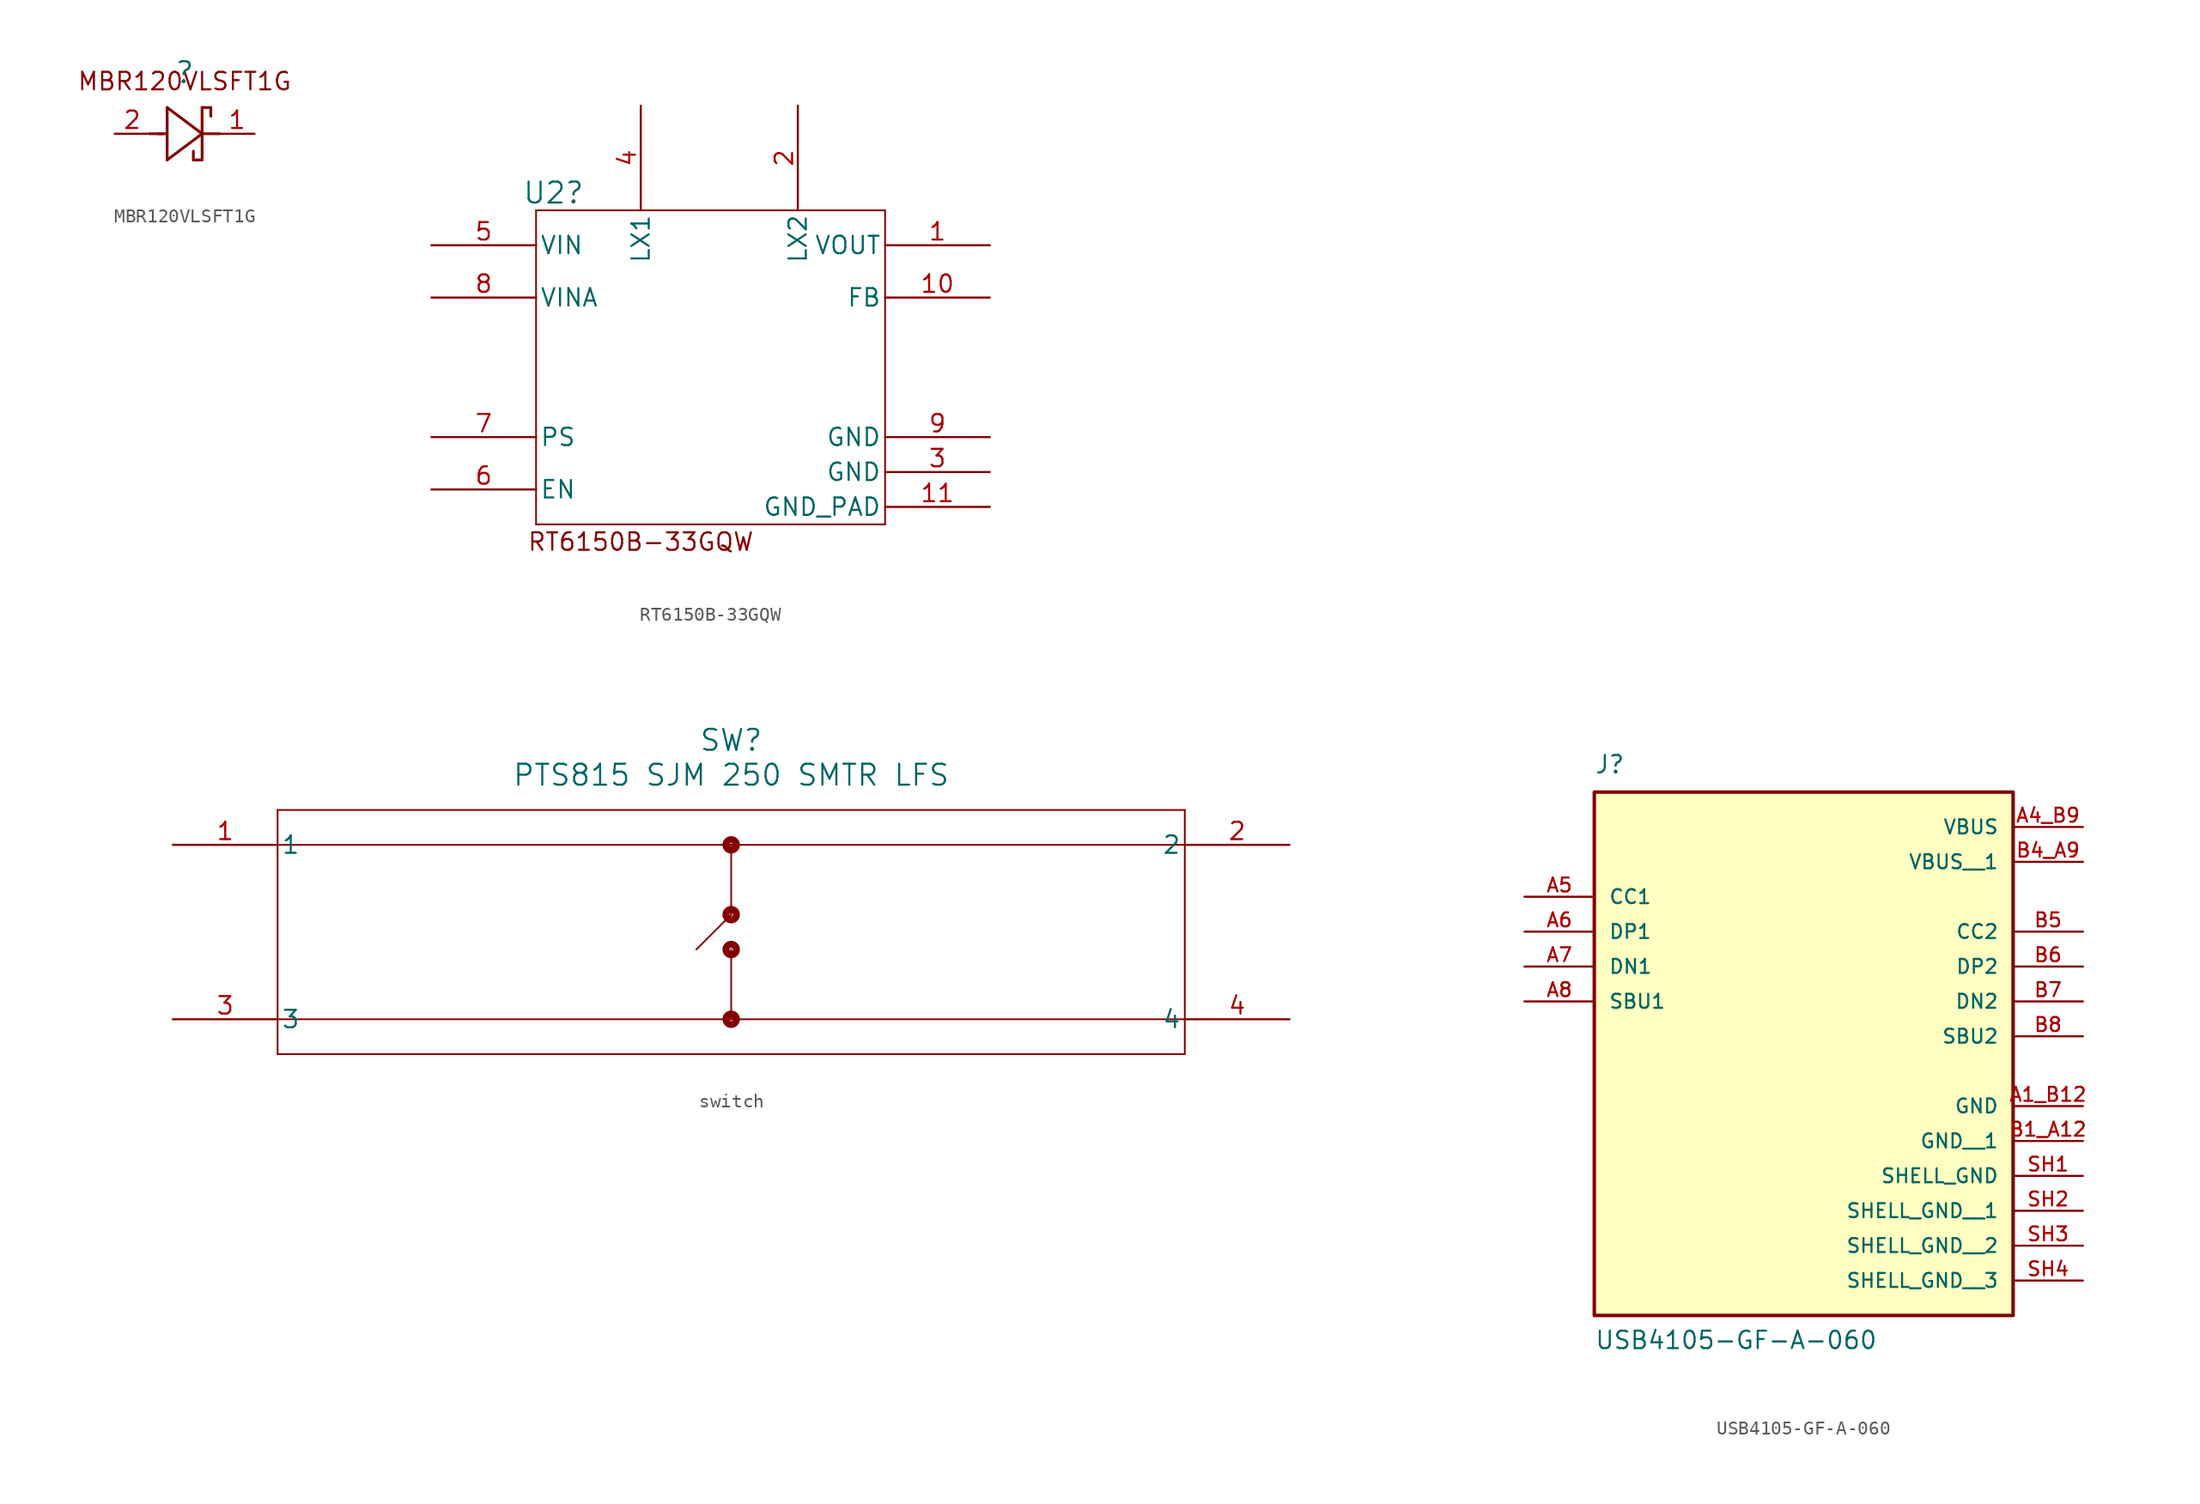
<source format=kicad_sym>
(kicad_symbol_lib
  (version 20231120)
  (generator "kicad_symbol_editor")
  (generator_version "8.0")
  (symbol "MBR120VLSFT1G"
    (pin_names
      (offset 0.254))
    (property "Reference" ""
      (at 5.08 4.445 0)
      (effects (font (size 1.524 1.524))))
    (property "Value" ""
      (at 5.08 -3.81 0)
      (effects (font (size 1.524 1.524))))
    (property "ki_locked" ""
      (at 0 0 0)
      (effects (font (size 1.27 1.27))))
    (symbol "MBR120VLSFT1G_0_1"
      (polyline (pts (xy 2.54 0) (xy 3.48 0)) (stroke (width 0.203) (type default)) (fill (type none)))
      (polyline (pts (xy 3.175 0) (xy 3.81 0)) (stroke (width 0.203) (type default)) (fill (type none)))
      (polyline (pts (xy 3.81 -1.905) (xy 6.35 0)) (stroke (width 0.203) (type default)) (fill (type none)))
      (polyline (pts (xy 3.81 1.905) (xy 3.81 -1.905)) (stroke (width 0.203) (type default)) (fill (type none)))
      (polyline (pts (xy 5.715 -1.905) (xy 5.715 -1.27)) (stroke (width 0.203) (type default)) (fill (type none)))
      (polyline (pts (xy 6.35 -1.905) (xy 5.715 -1.905)) (stroke (width 0.203) (type default)) (fill (type none)))
      (polyline (pts (xy 6.35 -1.905) (xy 6.35 1.905)) (stroke (width 0.203) (type default)) (fill (type none)))
      (polyline (pts (xy 6.35 0) (xy 3.81 1.905)) (stroke (width 0.203) (type default)) (fill (type none)))
      (polyline (pts (xy 6.35 0) (xy 7.62 0)) (stroke (width 0.203) (type default)) (fill (type none)))
      (polyline (pts (xy 6.35 1.905) (xy 6.985 1.905)) (stroke (width 0.203) (type default)) (fill (type none)))
      (polyline (pts (xy 6.985 1.905) (xy 6.985 1.27)) (stroke (width 0.203) (type default)) (fill (type none)))
      (pin unspecified line (at 10.16 0 180) (length 2.54) (name "" (effects (font (size 1.27 1.27)))) (number "1" (effects (font (size 1.27 1.27)))))
      (pin unspecified line (at 0 0 0) (length 2.54) (name "" (effects (font (size 1.27 1.27)))) (number "2" (effects (font (size 1.27 1.27))))))
    (symbol "MBR120VLSFT1G_1_1"
      (text "MBR120VLSFT1G" (at 5.08 3.81 0) (effects (font (size 1.27 1.27))))))
  (symbol "RT6150B-33GQW"
    (pin_names
      (offset 0.254))
    (property "Reference" "U2"
      (at 8.89 6.35 0)
      (effects (font (size 1.524 1.524))))
    (property "Value" ""
      (at 20.32 7.62 0)
      (effects (font (size 1.524 1.524))))
    (property "ki_locked" ""
      (at 0 0 0)
      (effects (font (size 1.27 1.27))))
    (symbol "RT6150B-33GQW_0_1"
      (polyline (pts (xy 7.62 -17.78) (xy 33.02 -17.78)) (stroke (width 0.127) (type default)) (fill (type none)))
      (polyline (pts (xy 7.62 5.08) (xy 7.62 -17.78)) (stroke (width 0.127) (type default)) (fill (type none)))
      (polyline (pts (xy 33.02 -17.78) (xy 33.02 5.08)) (stroke (width 0.127) (type default)) (fill (type none)))
      (polyline (pts (xy 33.02 5.08) (xy 7.62 5.08)) (stroke (width 0.127) (type default)) (fill (type none)))
      (pin output line (at 40.64 2.54 180) (length 7.62) (name "VOUT" (effects (font (size 1.27 1.27)))) (number "1" (effects (font (size 1.27 1.27)))))
      (pin input line (at 40.64 -1.27 180) (length 7.62) (name "FB" (effects (font (size 1.27 1.27)))) (number "10" (effects (font (size 1.27 1.27)))))
      (pin unspecified line (at 26.67 12.7 270) (length 7.62) (name "LX2" (effects (font (size 1.27 1.27)))) (number "2" (effects (font (size 1.27 1.27)))))
      (pin power_out line (at 40.64 -13.97 180) (length 7.62) (name "GND" (effects (font (size 1.27 1.27)))) (number "3" (effects (font (size 1.27 1.27)))))
      (pin unspecified line (at 15.24 12.7 270) (length 7.62) (name "LX1" (effects (font (size 1.27 1.27)))) (number "4" (effects (font (size 1.27 1.27)))))
      (pin power_in line (at 0 2.54 0) (length 7.62) (name "VIN" (effects (font (size 1.27 1.27)))) (number "5" (effects (font (size 1.27 1.27)))))
      (pin input line (at 0 -15.24 0) (length 7.62) (name "EN" (effects (font (size 1.27 1.27)))) (number "6" (effects (font (size 1.27 1.27)))))
      (pin input line (at 0 -11.43 0) (length 7.62) (name "PS" (effects (font (size 1.27 1.27)))) (number "7" (effects (font (size 1.27 1.27)))))
      (pin input line (at 0 -1.27 0) (length 7.62) (name "VINA" (effects (font (size 1.27 1.27)))) (number "8" (effects (font (size 1.27 1.27)))))
      (pin power_out line (at 40.64 -11.43 180) (length 7.62) (name "GND" (effects (font (size 1.27 1.27)))) (number "9" (effects (font (size 1.27 1.27))))))
    (symbol "RT6150B-33GQW_1_1"
      (text "RT6150B-33GQW" (at 15.24 -19.05 0) (effects (font (face "KiCad Font") (size 1.27 1.27))))
      (pin power_out line (at 40.64 -16.51 180) (length 7.62) (name "GND_PAD" (effects (font (size 1.27 1.27)))) (number "11" (effects (font (size 1.27 1.27)))))))
  (symbol "switch"
    (pin_names
      (offset 0.254))
    (property "Reference" "SW"
      (at 40.64 7.62 0)
      (effects (font (size 1.524 1.524))))
    (property "Value" "PTS815 SJM 250 SMTR LFS"
      (at 40.64 5.08 0)
      (effects (font (size 1.524 1.524))))
    (property "ki_locked" ""
      (at 0 0 0)
      (effects (font (size 1.27 1.27))))
    (symbol "switch_0_1"
      (polyline (pts (xy 7.62 -15.24) (xy 73.66 -15.24)) (stroke (width 0.127) (type default)) (fill (type none)))
      (polyline (pts (xy 7.62 0) (xy 73.66 0)) (stroke (width 0.127) (type default)) (fill (type none)))
      (polyline (pts (xy 7.62 2.54) (xy 7.62 -15.24)) (stroke (width 0.127) (type default)) (fill (type none)))
      (polyline (pts (xy 38.1 -7.62) (xy 40.64 -5.08)) (stroke (width 0.127) (type default)) (fill (type none)))
      (polyline (pts (xy 40.64 -7.62) (xy 40.64 -12.7)) (stroke (width 0.127) (type default)) (fill (type none)))
      (polyline (pts (xy 40.64 -5.08) (xy 40.64 0)) (stroke (width 0.127) (type default)) (fill (type none)))
      (polyline (pts (xy 73.66 -15.24) (xy 73.66 2.54)) (stroke (width 0.127) (type default)) (fill (type none)))
      (polyline (pts (xy 73.66 -12.7) (xy 7.62 -12.7)) (stroke (width 0.127) (type default)) (fill (type none)))
      (polyline (pts (xy 73.66 2.54) (xy 7.62 2.54)) (stroke (width 0.127) (type default)) (fill (type none)))
      (circle (center 40.64 -12.7) (radius 0.127) (stroke (width 0.508) (type default)) (fill (type none)))
      (circle (center 40.64 -7.62) (radius 0.127) (stroke (width 0.508) (type default)) (fill (type none)))
      (circle (center 40.64 -5.08) (radius 0.127) (stroke (width 0.508) (type default)) (fill (type none)))
      (circle (center 40.64 0) (radius 0.127) (stroke (width 0.508) (type default)) (fill (type none)))
      (pin unspecified line (at 0 0 0) (length 7.62) (name "1" (effects (font (size 1.27 1.27)))) (number "1" (effects (font (size 1.27 1.27)))))
      (pin unspecified line (at 81.28 0 180) (length 7.62) (name "2" (effects (font (size 1.27 1.27)))) (number "2" (effects (font (size 1.27 1.27)))))
      (pin unspecified line (at 0 -12.7 0) (length 7.62) (name "3" (effects (font (size 1.27 1.27)))) (number "3" (effects (font (size 1.27 1.27)))))
      (pin unspecified line (at 81.28 -12.7 180) (length 7.62) (name "4" (effects (font (size 1.27 1.27)))) (number "4" (effects (font (size 1.27 1.27)))))))
  (symbol "USB4105-GF-A-060"
    (pin_names
      (offset 1.016))
    (property "Reference" "J"
      (at -15.24 13.97 0)
      (effects (font (size 1.27 1.27)) (justify left bottom)))
    (property "Value" "USB4105-GF-A-060"
      (at -15.24 -27.94 0)
      (effects (font (size 1.27 1.27)) (justify left bottom)))
    (symbol "USB4105-GF-A-060_0_0"
      (rectangle (start -15.24 -25.4) (end 15.24 12.7) (stroke (width 0.254) (type default)) (fill (type background)))
      (pin power_in line (at 20.32 -10.16 180) (length 5.08) (name "GND" (effects (font (size 1.016 1.016)))) (number "A1_B12" (effects (font (size 1.016 1.016)))))
      (pin power_in line (at 20.32 10.16 180) (length 5.08) (name "VBUS" (effects (font (size 1.016 1.016)))) (number "A4_B9" (effects (font (size 1.016 1.016)))))
      (pin bidirectional line (at -20.32 5.08 0) (length 5.08) (name "CC1" (effects (font (size 1.016 1.016)))) (number "A5" (effects (font (size 1.016 1.016)))))
      (pin bidirectional line (at -20.32 2.54 0) (length 5.08) (name "DP1" (effects (font (size 1.016 1.016)))) (number "A6" (effects (font (size 1.016 1.016)))))
      (pin bidirectional line (at -20.32 0 0) (length 5.08) (name "DN1" (effects (font (size 1.016 1.016)))) (number "A7" (effects (font (size 1.016 1.016)))))
      (pin bidirectional line (at -20.32 -2.54 0) (length 5.08) (name "SBU1" (effects (font (size 1.016 1.016)))) (number "A8" (effects (font (size 1.016 1.016)))))
      (pin power_in line (at 20.32 -12.7 180) (length 5.08) (name "GND__1" (effects (font (size 1.016 1.016)))) (number "B1_A12" (effects (font (size 1.016 1.016)))))
      (pin power_in line (at 20.32 7.62 180) (length 5.08) (name "VBUS__1" (effects (font (size 1.016 1.016)))) (number "B4_A9" (effects (font (size 1.016 1.016)))))
      (pin bidirectional line (at 20.32 2.54 180) (length 5.08) (name "CC2" (effects (font (size 1.016 1.016)))) (number "B5" (effects (font (size 1.016 1.016)))))
      (pin bidirectional line (at 20.32 0 180) (length 5.08) (name "DP2" (effects (font (size 1.016 1.016)))) (number "B6" (effects (font (size 1.016 1.016)))))
      (pin bidirectional line (at 20.32 -2.54 180) (length 5.08) (name "DN2" (effects (font (size 1.016 1.016)))) (number "B7" (effects (font (size 1.016 1.016)))))
      (pin bidirectional line (at 20.32 -5.08 180) (length 5.08) (name "SBU2" (effects (font (size 1.016 1.016)))) (number "B8" (effects (font (size 1.016 1.016)))))
      (pin power_in line (at 20.32 -15.24 180) (length 5.08) (name "SHELL_GND" (effects (font (size 1.016 1.016)))) (number "SH1" (effects (font (size 1.016 1.016)))))
      (pin power_in line (at 20.32 -17.78 180) (length 5.08) (name "SHELL_GND__1" (effects (font (size 1.016 1.016)))) (number "SH2" (effects (font (size 1.016 1.016)))))
      (pin power_in line (at 20.32 -20.32 180) (length 5.08) (name "SHELL_GND__2" (effects (font (size 1.016 1.016)))) (number "SH3" (effects (font (size 1.016 1.016)))))
      (pin power_in line (at 20.32 -22.86 180) (length 5.08) (name "SHELL_GND__3" (effects (font (size 1.016 1.016)))) (number "SH4" (effects (font (size 1.016 1.016))))))))
</source>
